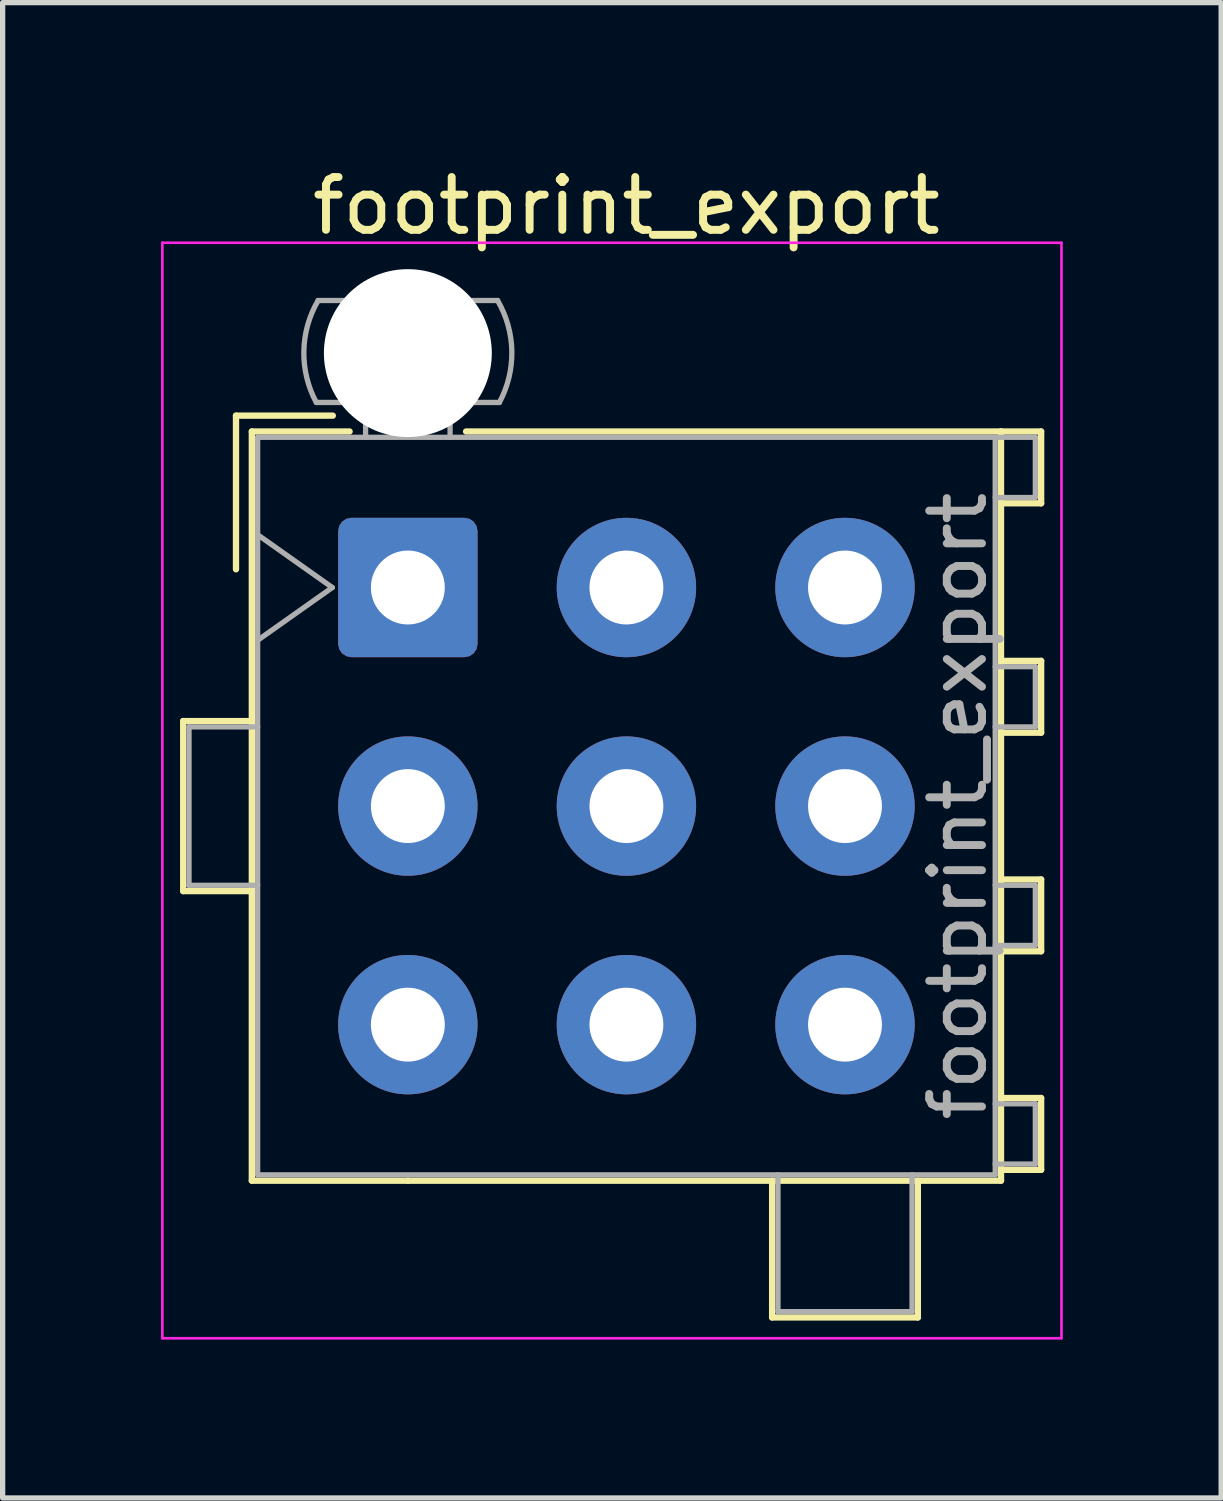
<source format=kicad_pcb>
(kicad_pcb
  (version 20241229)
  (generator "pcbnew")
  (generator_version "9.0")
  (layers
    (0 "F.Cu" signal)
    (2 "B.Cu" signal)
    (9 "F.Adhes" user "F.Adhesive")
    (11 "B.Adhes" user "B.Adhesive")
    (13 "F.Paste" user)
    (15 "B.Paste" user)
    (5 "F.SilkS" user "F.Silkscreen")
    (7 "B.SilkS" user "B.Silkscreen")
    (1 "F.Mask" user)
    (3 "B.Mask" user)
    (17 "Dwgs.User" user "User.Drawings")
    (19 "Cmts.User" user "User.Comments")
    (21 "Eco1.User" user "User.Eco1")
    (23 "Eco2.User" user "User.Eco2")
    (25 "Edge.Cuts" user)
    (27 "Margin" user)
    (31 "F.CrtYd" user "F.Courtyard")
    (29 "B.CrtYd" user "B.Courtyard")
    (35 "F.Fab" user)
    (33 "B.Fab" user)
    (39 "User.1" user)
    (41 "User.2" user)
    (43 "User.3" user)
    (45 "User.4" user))
  (footprint "footprint_export"
    (layer "F.Cu")
    (at 4.675 8.078)
    (property "Reference" "footprint_export" (at 4.14 -7.23 0) (layer "F.SilkS") (effects (font (size 1 1) (thickness 0.15))))
    (attr through_hole)
    (fp_line (start -4.255 2.53) (end -4.255 5.75) (stroke (width 0.12) (type solid)) (layer "F.SilkS"))
    (fp_line (start -4.255 5.75) (end -2.955 5.75) (stroke (width 0.12) (type solid)) (layer "F.SilkS"))
    (fp_line (start -3.255 -3.255) (end -3.255 -0.345) (stroke (width 0.12) (type solid)) (layer "F.SilkS"))
    (fp_line (start -2.955 -2.955) (end -2.955 11.235) (stroke (width 0.12) (type solid)) (layer "F.SilkS"))
    (fp_line (start -2.955 2.53) (end -4.255 2.53) (stroke (width 0.12) (type solid)) (layer "F.SilkS"))
    (fp_line (start -2.955 11.235) (end 0 11.235) (stroke (width 0.12) (type solid)) (layer "F.SilkS"))
    (fp_line (start -1.421 -3.255) (end -3.255 -3.255) (stroke (width 0.12) (type solid)) (layer "F.SilkS"))
    (fp_line (start -1.103 -2.955) (end -2.955 -2.955) (stroke (width 0.12) (type solid)) (layer "F.SilkS"))
    (fp_line (start 1.103 -2.955) (end 11.235 -2.955) (stroke (width 0.12) (type solid)) (layer "F.SilkS"))
    (fp_line (start 6.9 11.235) (end 6.9 13.826) (stroke (width 0.12) (type solid)) (layer "F.SilkS"))
    (fp_line (start 6.9 13.826) (end 9.66 13.826) (stroke (width 0.12) (type solid)) (layer "F.SilkS"))
    (fp_line (start 9.66 13.826) (end 9.66 11.235) (stroke (width 0.12) (type solid)) (layer "F.SilkS"))
    (fp_line (start 11.235 -2.955) (end 11.235 11.235) (stroke (width 0.12) (type solid)) (layer "F.SilkS"))
    (fp_line (start 11.235 -2.955) (end 11.995 -2.955) (stroke (width 0.12) (type solid)) (layer "F.SilkS"))
    (fp_line (start 11.235 1.39) (end 11.995 1.39) (stroke (width 0.12) (type solid)) (layer "F.SilkS"))
    (fp_line (start 11.235 5.53) (end 11.995 5.53) (stroke (width 0.12) (type solid)) (layer "F.SilkS"))
    (fp_line (start 11.235 9.67) (end 11.995 9.67) (stroke (width 0.12) (type solid)) (layer "F.SilkS"))
    (fp_line (start 11.235 11.235) (end 0 11.235) (stroke (width 0.12) (type solid)) (layer "F.SilkS"))
    (fp_line (start 11.995 -2.955) (end 11.995 -1.595) (stroke (width 0.12) (type solid)) (layer "F.SilkS"))
    (fp_line (start 11.995 -1.595) (end 11.235 -1.595) (stroke (width 0.12) (type solid)) (layer "F.SilkS"))
    (fp_line (start 11.995 1.39) (end 11.995 2.75) (stroke (width 0.12) (type solid)) (layer "F.SilkS"))
    (fp_line (start 11.995 2.75) (end 11.235 2.75) (stroke (width 0.12) (type solid)) (layer "F.SilkS"))
    (fp_line (start 11.995 5.53) (end 11.995 6.89) (stroke (width 0.12) (type solid)) (layer "F.SilkS"))
    (fp_line (start 11.995 6.89) (end 11.235 6.89) (stroke (width 0.12) (type solid)) (layer "F.SilkS"))
    (fp_line (start 11.995 9.67) (end 11.995 11.03) (stroke (width 0.12) (type solid)) (layer "F.SilkS"))
    (fp_line (start 11.995 11.03) (end 11.235 11.03) (stroke (width 0.12) (type solid)) (layer "F.SilkS"))
    (fp_line (start -4.65 -6.53) (end -4.65 14.22) (stroke (width 0.05) (type solid)) (layer "F.CrtYd"))
    (fp_line (start -4.65 14.22) (end 12.38 14.22) (stroke (width 0.05) (type solid)) (layer "F.CrtYd"))
    (fp_line (start 12.38 -6.53) (end -4.65 -6.53) (stroke (width 0.05) (type solid)) (layer "F.CrtYd"))
    (fp_line (start 12.38 14.22) (end 12.38 -6.53) (stroke (width 0.05) (type solid)) (layer "F.CrtYd"))
    (fp_line (start -4.145 2.64) (end -4.145 5.64) (stroke (width 0.1) (type solid)) (layer "F.Fab"))
    (fp_line (start -4.145 5.64) (end -2.845 5.64) (stroke (width 0.1) (type solid)) (layer "F.Fab"))
    (fp_line (start -2.845 -2.845) (end -2.845 11.125) (stroke (width 0.1) (type solid)) (layer "F.Fab"))
    (fp_line (start -2.845 -1) (end -1.431 0) (stroke (width 0.1) (type solid)) (layer "F.Fab"))
    (fp_line (start -2.845 2.64) (end -4.145 2.64) (stroke (width 0.1) (type solid)) (layer "F.Fab"))
    (fp_line (start -2.845 11.125) (end 11.125 11.125) (stroke (width 0.1) (type solid)) (layer "F.Fab"))
    (fp_line (start -1.431 0) (end -2.845 1) (stroke (width 0.1) (type solid)) (layer "F.Fab"))
    (fp_line (start -0.8 -2.845) (end -0.8 -3.505) (stroke (width 0.1) (type solid)) (layer "F.Fab"))
    (fp_line (start 0.8 -2.845) (end 0.8 -3.505) (stroke (width 0.1) (type solid)) (layer "F.Fab"))
    (fp_line (start 1.7 -5.436) (end -1.7 -5.436) (stroke (width 0.1) (type solid)) (layer "F.Fab"))
    (fp_line (start 1.734 -3.505) (end -1.734 -3.505) (stroke (width 0.1) (type solid)) (layer "F.Fab"))
    (fp_line (start 7.01 11.125) (end 7.01 13.716) (stroke (width 0.1) (type solid)) (layer "F.Fab"))
    (fp_line (start 7.01 13.716) (end 9.55 13.716) (stroke (width 0.1) (type solid)) (layer "F.Fab"))
    (fp_line (start 9.55 13.716) (end 9.55 11.125) (stroke (width 0.1) (type solid)) (layer "F.Fab"))
    (fp_line (start 11.125 -2.845) (end -2.845 -2.845) (stroke (width 0.1) (type solid)) (layer "F.Fab"))
    (fp_line (start 11.125 -2.845) (end 11.885 -2.845) (stroke (width 0.1) (type solid)) (layer "F.Fab"))
    (fp_line (start 11.125 1.5) (end 11.885 1.5) (stroke (width 0.1) (type solid)) (layer "F.Fab"))
    (fp_line (start 11.125 5.64) (end 11.885 5.64) (stroke (width 0.1) (type solid)) (layer "F.Fab"))
    (fp_line (start 11.125 9.78) (end 11.885 9.78) (stroke (width 0.1) (type solid)) (layer "F.Fab"))
    (fp_line (start 11.125 11.125) (end 11.125 -2.845) (stroke (width 0.1) (type solid)) (layer "F.Fab"))
    (fp_line (start 11.885 -2.845) (end 11.885 -1.705) (stroke (width 0.1) (type solid)) (layer "F.Fab"))
    (fp_line (start 11.885 -1.705) (end 11.125 -1.705) (stroke (width 0.1) (type solid)) (layer "F.Fab"))
    (fp_line (start 11.885 1.5) (end 11.885 2.64) (stroke (width 0.1) (type solid)) (layer "F.Fab"))
    (fp_line (start 11.885 2.64) (end 11.125 2.64) (stroke (width 0.1) (type solid)) (layer "F.Fab"))
    (fp_line (start 11.885 5.64) (end 11.885 6.78) (stroke (width 0.1) (type solid)) (layer "F.Fab"))
    (fp_line (start 11.885 6.78) (end 11.125 6.78) (stroke (width 0.1) (type solid)) (layer "F.Fab"))
    (fp_line (start 11.885 9.78) (end 11.885 10.92) (stroke (width 0.1) (type solid)) (layer "F.Fab"))
    (fp_line (start 11.885 10.92) (end 11.125 10.92) (stroke (width 0.1) (type solid)) (layer "F.Fab"))
    (fp_arc (start -1.733977 -3.505) (mid -1.96969 -4.474992) (end -1.699672 -5.436) (stroke (width 0.1) (type solid)) (layer "F.Fab"))
    (fp_arc (start 1.699672 -5.436) (mid 1.969689 -4.474992) (end 1.733977 -3.505) (stroke (width 0.1) (type solid)) (layer "F.Fab"))
    (fp_text user "${REFERENCE}" (at 10.42 4.14 90) (layer "F.Fab") (effects (font (size 1 1) (thickness 0.15))))
    (pad "" np_thru_hole circle (at 0 -4.44) (size 3.18 3.18) (drill 3.18) (layers "*.Cu" "*.Mask"))
    (pad "1" thru_hole roundrect (at 0 0) (size 2.64 2.64) (drill 1.4) (layers "*.Cu" "*.Mask") (roundrect_rratio 0.095))
    (pad "2" thru_hole circle (at 0 4.14) (size 2.64 2.64) (drill 1.4) (layers "*.Cu" "*.Mask"))
    (pad "3" thru_hole circle (at 0 8.28) (size 2.64 2.64) (drill 1.4) (layers "*.Cu" "*.Mask"))
    (pad "4" thru_hole circle (at 4.14 0) (size 2.64 2.64) (drill 1.4) (layers "*.Cu" "*.Mask"))
    (pad "5" thru_hole circle (at 4.14 4.14) (size 2.64 2.64) (drill 1.4) (layers "*.Cu" "*.Mask"))
    (pad "6" thru_hole circle (at 4.14 8.28) (size 2.64 2.64) (drill 1.4) (layers "*.Cu" "*.Mask"))
    (pad "7" thru_hole circle (at 8.28 0) (size 2.64 2.64) (drill 1.4) (layers "*.Cu" "*.Mask"))
    (pad "8" thru_hole circle (at 8.28 4.14) (size 2.64 2.64) (drill 1.4) (layers "*.Cu" "*.Mask"))
    (pad "9" thru_hole circle (at 8.28 8.28) (size 2.64 2.64) (drill 1.4) (layers "*.Cu" "*.Mask")))
  (gr_rect
    (start -3 -3)
    (end 20.08 25.323)
    (stroke (width 0.1) (type default))
    (fill no)
    (layer "Edge.Cuts")))
</source>
